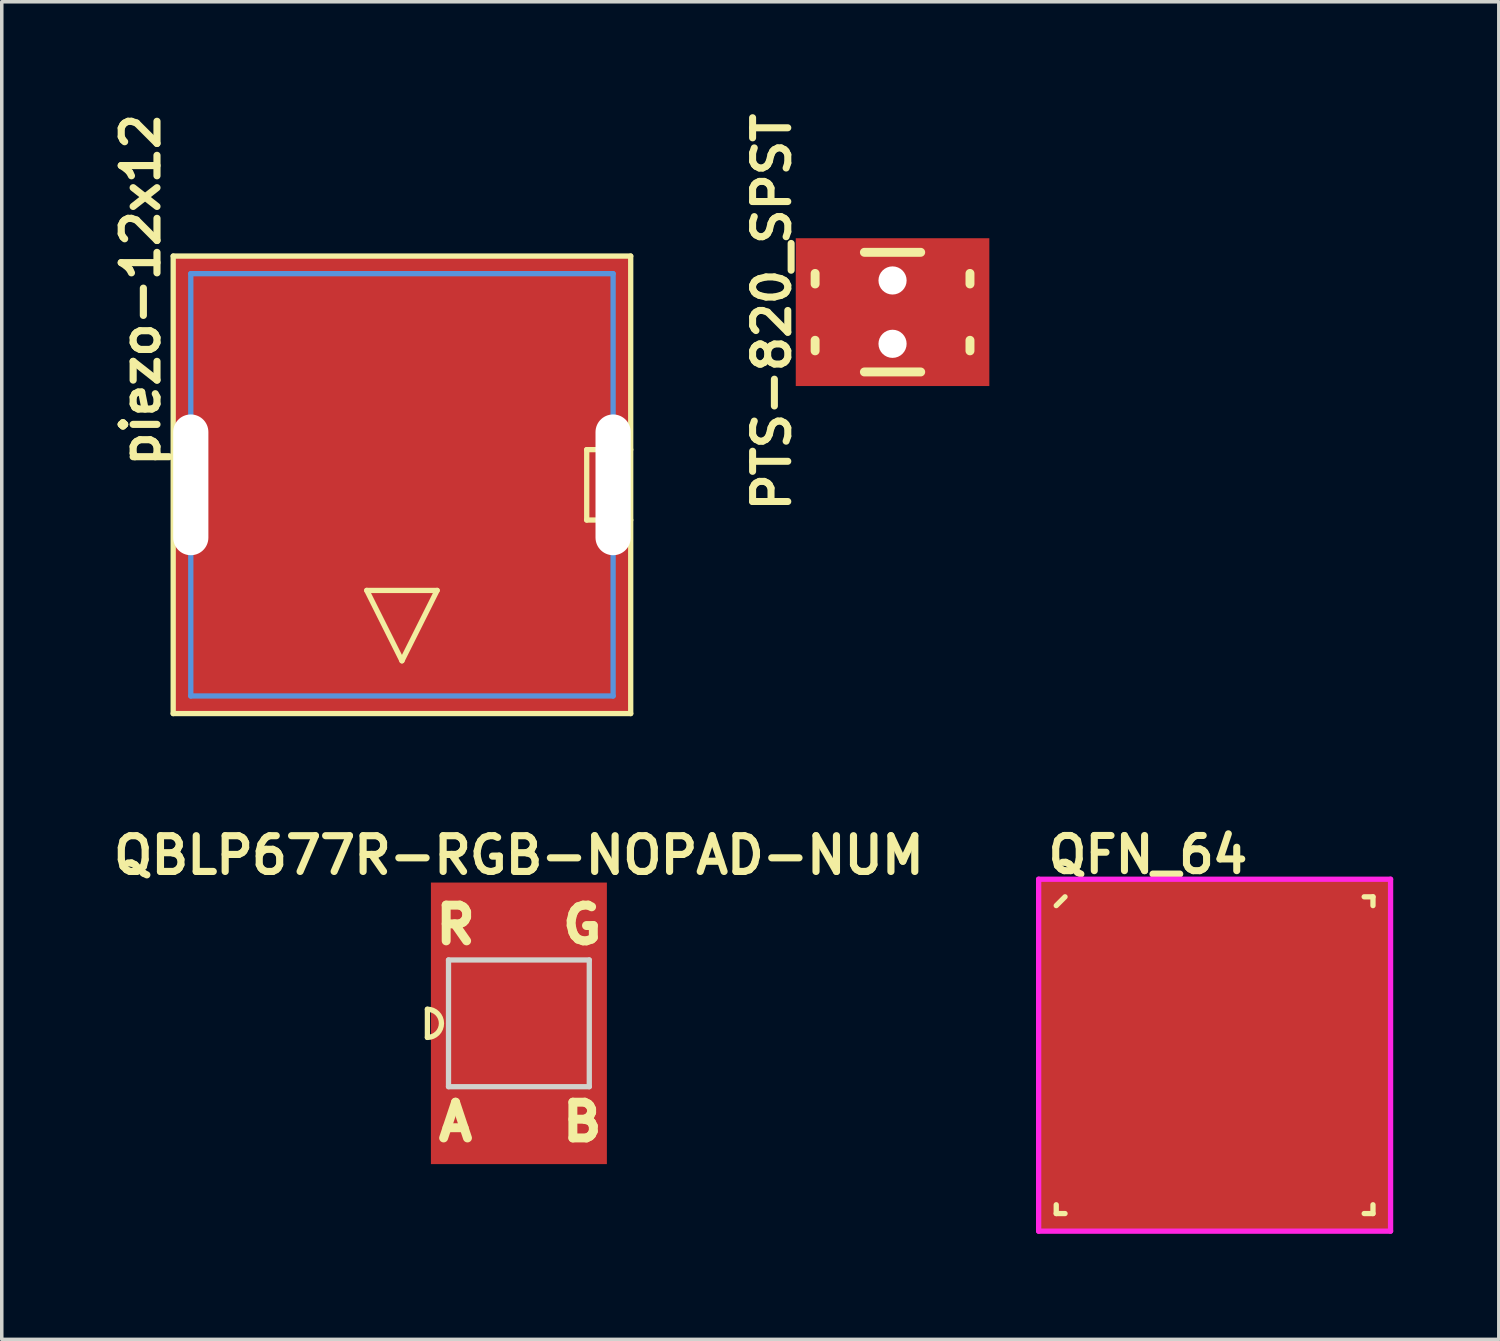
<source format=kicad_pcb>
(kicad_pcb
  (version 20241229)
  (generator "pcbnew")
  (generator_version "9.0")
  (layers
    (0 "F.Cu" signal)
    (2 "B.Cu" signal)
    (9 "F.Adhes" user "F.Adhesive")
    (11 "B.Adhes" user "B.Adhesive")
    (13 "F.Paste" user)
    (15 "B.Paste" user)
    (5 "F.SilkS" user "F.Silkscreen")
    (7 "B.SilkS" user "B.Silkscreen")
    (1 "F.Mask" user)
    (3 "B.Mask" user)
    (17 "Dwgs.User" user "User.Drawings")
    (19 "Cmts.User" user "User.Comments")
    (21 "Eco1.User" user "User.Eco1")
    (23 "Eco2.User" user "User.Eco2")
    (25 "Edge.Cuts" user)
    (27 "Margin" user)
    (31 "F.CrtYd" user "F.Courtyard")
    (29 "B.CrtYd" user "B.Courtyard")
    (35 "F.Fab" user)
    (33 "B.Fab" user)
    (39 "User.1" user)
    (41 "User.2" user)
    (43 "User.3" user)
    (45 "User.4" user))
  (footprint "QFN_64"
    (layer "F.Cu")
    (at 31.462 26.932)
    (property "Reference" "QFN_64" (at -1.895 -5.695 0) (layer "F.SilkS") (effects (font (size 1 1) (thickness 0.2))))
    (attr through_hole)
    (fp_line (start -4.5 -4.25) (end -4.25 -4.5) (stroke (width 0.15) (type solid)) (layer "F.SilkS"))
    (fp_line (start -4.5 4.5) (end -4.5 4.25) (stroke (width 0.15) (type solid)) (layer "F.SilkS"))
    (fp_line (start -4.25 4.5) (end -4.5 4.5) (stroke (width 0.15) (type solid)) (layer "F.SilkS"))
    (fp_line (start 4.25 -4.5) (end 4.5 -4.5) (stroke (width 0.15) (type solid)) (layer "F.SilkS"))
    (fp_line (start 4.25 4.5) (end 4.5 4.5) (stroke (width 0.15) (type solid)) (layer "F.SilkS"))
    (fp_line (start 4.5 -4.5) (end 4.5 -4.25) (stroke (width 0.15) (type solid)) (layer "F.SilkS"))
    (fp_line (start 4.5 4.5) (end 4.5 4.25) (stroke (width 0.15) (type solid)) (layer "F.SilkS"))
    (fp_line (start -5 -5) (end 5 -5) (stroke (width 0.15) (type solid)) (layer "F.CrtYd"))
    (fp_line (start -5 5) (end -5 -5) (stroke (width 0.15) (type solid)) (layer "F.CrtYd"))
    (fp_line (start 5 -5) (end 5 5) (stroke (width 0.15) (type solid)) (layer "F.CrtYd"))
    (fp_line (start 5 5) (end -5 5) (stroke (width 0.15) (type solid)) (layer "F.CrtYd"))
    (pad "" smd circle (at -3 -3) (size 1 1) (layers "F.Paste"))
    (pad "" smd circle (at -3 -1.8) (size 1 1) (layers "F.Paste"))
    (pad "" smd circle (at -3 -0.6) (size 1 1) (layers "F.Paste"))
    (pad "" smd circle (at -3 0.6) (size 1 1) (layers "F.Paste"))
    (pad "" smd circle (at -3 1.8) (size 1 1) (layers "F.Paste"))
    (pad "" smd circle (at -3 3) (size 1 1) (layers "F.Paste"))
    (pad "" smd circle (at -1.8 -3) (size 1 1) (layers "F.Paste"))
    (pad "" smd circle (at -1.8 -1.8) (size 1 1) (layers "F.Paste"))
    (pad "" smd circle (at -1.8 -0.6) (size 1 1) (layers "F.Paste"))
    (pad "" smd circle (at -1.8 0.6) (size 1 1) (layers "F.Paste"))
    (pad "" smd circle (at -1.8 1.8) (size 1 1) (layers "F.Paste"))
    (pad "" smd circle (at -1.8 3) (size 1 1) (layers "F.Paste"))
    (pad "" smd circle (at -0.6 -3) (size 1 1) (layers "F.Paste"))
    (pad "" smd circle (at -0.6 -1.8) (size 1 1) (layers "F.Paste"))
    (pad "" smd circle (at -0.6 -0.6) (size 1 1) (layers "F.Paste"))
    (pad "" smd circle (at -0.6 0.6) (size 1 1) (layers "F.Paste"))
    (pad "" smd circle (at -0.6 1.8) (size 1 1) (layers "F.Paste"))
    (pad "" smd circle (at -0.6 3) (size 1 1) (layers "F.Paste"))
    (pad "" smd circle (at 0.6 -3) (size 1 1) (layers "F.Paste"))
    (pad "" smd circle (at 0.6 -1.8) (size 1 1) (layers "F.Paste"))
    (pad "" smd circle (at 0.6 -0.6) (size 1 1) (layers "F.Paste"))
    (pad "" smd circle (at 0.6 0.6) (size 1 1) (layers "F.Paste"))
    (pad "" smd circle (at 0.6 1.8) (size 1 1) (layers "F.Paste"))
    (pad "" smd circle (at 0.6 3) (size 1 1) (layers "F.Paste"))
    (pad "" smd circle (at 1.8 -3) (size 1 1) (layers "F.Paste"))
    (pad "" smd circle (at 1.8 -1.8) (size 1 1) (layers "F.Paste"))
    (pad "" smd circle (at 1.8 -0.6) (size 1 1) (layers "F.Paste"))
    (pad "" smd circle (at 1.8 0.6) (size 1 1) (layers "F.Paste"))
    (pad "" smd circle (at 1.8 1.8) (size 1 1) (layers "F.Paste"))
    (pad "" smd circle (at 1.8 3) (size 1 1) (layers "F.Paste"))
    (pad "" smd circle (at 3 -3) (size 1 1) (layers "F.Paste"))
    (pad "" smd circle (at 3 -1.8) (size 1 1) (layers "F.Paste"))
    (pad "" smd circle (at 3 -0.6) (size 1 1) (layers "F.Paste"))
    (pad "" smd circle (at 3 0.6) (size 1 1) (layers "F.Paste"))
    (pad "" smd circle (at 3 1.8) (size 1 1) (layers "F.Paste"))
    (pad "" smd circle (at 3 3) (size 1 1) (layers "F.Paste"))
    (pad "1" smd oval (at -4.5 -3.75 90) (size 0.3 0.8) (layers "F.Cu" "F.Mask" "F.Paste"))
    (pad "2" smd oval (at -4.5 -3.25 90) (size 0.3 0.8) (layers "F.Cu" "F.Mask" "F.Paste"))
    (pad "3" smd oval (at -4.5 -2.75 90) (size 0.3 0.8) (layers "F.Cu" "F.Mask" "F.Paste"))
    (pad "4" smd oval (at -4.5 -2.25 90) (size 0.3 0.8) (layers "F.Cu" "F.Mask" "F.Paste"))
    (pad "5" smd oval (at -4.5 -1.75 90) (size 0.3 0.8) (layers "F.Cu" "F.Mask" "F.Paste"))
    (pad "6" smd oval (at -4.5 -1.25 90) (size 0.3 0.8) (layers "F.Cu" "F.Mask" "F.Paste"))
    (pad "7" smd oval (at -4.5 -0.75 90) (size 0.3 0.8) (layers "F.Cu" "F.Mask" "F.Paste"))
    (pad "8" smd oval (at -4.5 -0.25 90) (size 0.3 0.8) (layers "F.Cu" "F.Mask" "F.Paste"))
    (pad "9" smd oval (at -4.5 0.25 90) (size 0.3 0.8) (layers "F.Cu" "F.Mask" "F.Paste"))
    (pad "10" smd oval (at -4.5 0.75 90) (size 0.3 0.8) (layers "F.Cu" "F.Mask" "F.Paste"))
    (pad "11" smd oval (at -4.5 1.25 90) (size 0.3 0.8) (layers "F.Cu" "F.Mask" "F.Paste"))
    (pad "12" smd oval (at -4.5 1.75 90) (size 0.3 0.8) (layers "F.Cu" "F.Mask" "F.Paste"))
    (pad "13" smd oval (at -4.5 2.25 90) (size 0.3 0.8) (layers "F.Cu" "F.Mask" "F.Paste"))
    (pad "14" smd oval (at -4.5 2.75 90) (size 0.3 0.8) (layers "F.Cu" "F.Mask" "F.Paste"))
    (pad "15" smd oval (at -4.5 3.25 90) (size 0.3 0.8) (layers "F.Cu" "F.Mask" "F.Paste"))
    (pad "16" smd oval (at -4.5 3.75 90) (size 0.3 0.8) (layers "F.Cu" "F.Mask" "F.Paste"))
    (pad "17" smd oval (at -3.75 4.5) (size 0.3 0.8) (layers "F.Cu" "F.Mask" "F.Paste"))
    (pad "18" smd oval (at -3.25 4.5) (size 0.3 0.8) (layers "F.Cu" "F.Mask" "F.Paste"))
    (pad "19" smd oval (at -2.75 4.5) (size 0.3 0.8) (layers "F.Cu" "F.Mask" "F.Paste"))
    (pad "20" smd oval (at -2.25 4.5) (size 0.3 0.8) (layers "F.Cu" "F.Mask" "F.Paste"))
    (pad "21" smd oval (at -1.75 4.5) (size 0.3 0.8) (layers "F.Cu" "F.Mask" "F.Paste"))
    (pad "22" smd oval (at -1.25 4.5) (size 0.3 0.8) (layers "F.Cu" "F.Mask" "F.Paste"))
    (pad "23" smd oval (at -0.75 4.5) (size 0.3 0.8) (layers "F.Cu" "F.Mask" "F.Paste"))
    (pad "24" smd oval (at -0.25 4.5) (size 0.3 0.8) (layers "F.Cu" "F.Mask" "F.Paste"))
    (pad "25" smd oval (at 0.25 4.5) (size 0.3 0.8) (layers "F.Cu" "F.Mask" "F.Paste"))
    (pad "26" smd oval (at 0.75 4.5) (size 0.3 0.8) (layers "F.Cu" "F.Mask" "F.Paste"))
    (pad "27" smd oval (at 1.25 4.5) (size 0.3 0.8) (layers "F.Cu" "F.Mask" "F.Paste"))
    (pad "28" smd oval (at 1.75 4.5) (size 0.3 0.8) (layers "F.Cu" "F.Mask" "F.Paste"))
    (pad "29" smd oval (at 2.25 4.5) (size 0.3 0.8) (layers "F.Cu" "F.Mask" "F.Paste"))
    (pad "30" smd oval (at 2.75 4.5) (size 0.3 0.8) (layers "F.Cu" "F.Mask" "F.Paste"))
    (pad "31" smd oval (at 3.25 4.5) (size 0.3 0.8) (layers "F.Cu" "F.Mask" "F.Paste"))
    (pad "32" smd oval (at 3.75 4.5) (size 0.3 0.8) (layers "F.Cu" "F.Mask" "F.Paste"))
    (pad "33" smd oval (at 4.5 3.75 90) (size 0.3 0.8) (layers "F.Cu" "F.Mask" "F.Paste"))
    (pad "34" smd oval (at 4.5 3.25 90) (size 0.3 0.8) (layers "F.Cu" "F.Mask" "F.Paste"))
    (pad "35" smd oval (at 4.5 2.75 90) (size 0.3 0.8) (layers "F.Cu" "F.Mask" "F.Paste"))
    (pad "36" smd oval (at 4.5 2.25 90) (size 0.3 0.8) (layers "F.Cu" "F.Mask" "F.Paste"))
    (pad "37" smd oval (at 4.5 1.75 90) (size 0.3 0.8) (layers "F.Cu" "F.Mask" "F.Paste"))
    (pad "38" smd oval (at 4.5 1.25 90) (size 0.3 0.8) (layers "F.Cu" "F.Mask" "F.Paste"))
    (pad "39" smd oval (at 4.5 0.75 90) (size 0.3 0.8) (layers "F.Cu" "F.Mask" "F.Paste"))
    (pad "40" smd oval (at 4.5 0.25 90) (size 0.3 0.8) (layers "F.Cu" "F.Mask" "F.Paste"))
    (pad "41" smd oval (at 4.5 -0.25 90) (size 0.3 0.8) (layers "F.Cu" "F.Mask" "F.Paste"))
    (pad "42" smd oval (at 4.5 -0.75 90) (size 0.3 0.8) (layers "F.Cu" "F.Mask" "F.Paste"))
    (pad "43" smd oval (at 4.5 -1.25 90) (size 0.3 0.8) (layers "F.Cu" "F.Mask" "F.Paste"))
    (pad "44" smd oval (at 4.5 -1.75 90) (size 0.3 0.8) (layers "F.Cu" "F.Mask" "F.Paste"))
    (pad "45" smd oval (at 4.5 -2.25 90) (size 0.3 0.8) (layers "F.Cu" "F.Mask" "F.Paste"))
    (pad "46" smd oval (at 4.5 -2.75 90) (size 0.3 0.8) (layers "F.Cu" "F.Mask" "F.Paste"))
    (pad "47" smd oval (at 4.5 -3.25 90) (size 0.3 0.8) (layers "F.Cu" "F.Mask" "F.Paste"))
    (pad "48" smd oval (at 4.5 -3.75 90) (size 0.3 0.8) (layers "F.Cu" "F.Mask" "F.Paste"))
    (pad "49" smd oval (at 3.75 -4.5) (size 0.3 0.8) (layers "F.Cu" "F.Mask" "F.Paste"))
    (pad "50" smd oval (at 3.25 -4.5) (size 0.3 0.8) (layers "F.Cu" "F.Mask" "F.Paste"))
    (pad "51" smd oval (at 2.75 -4.5) (size 0.3 0.8) (layers "F.Cu" "F.Mask" "F.Paste"))
    (pad "52" smd oval (at 2.25 -4.5) (size 0.3 0.8) (layers "F.Cu" "F.Mask" "F.Paste"))
    (pad "53" smd oval (at 1.75 -4.5) (size 0.3 0.8) (layers "F.Cu" "F.Mask" "F.Paste"))
    (pad "54" smd oval (at 1.25 -4.5) (size 0.3 0.8) (layers "F.Cu" "F.Mask" "F.Paste"))
    (pad "55" smd oval (at 0.75 -4.5) (size 0.3 0.8) (layers "F.Cu" "F.Mask" "F.Paste"))
    (pad "56" smd oval (at 0.25 -4.5) (size 0.3 0.8) (layers "F.Cu" "F.Mask" "F.Paste"))
    (pad "57" smd oval (at -0.25 -4.5) (size 0.3 0.8) (layers "F.Cu" "F.Mask" "F.Paste"))
    (pad "58" smd oval (at -0.75 -4.5) (size 0.3 0.8) (layers "F.Cu" "F.Mask" "F.Paste"))
    (pad "59" smd oval (at -1.25 -4.5) (size 0.3 0.8) (layers "F.Cu" "F.Mask" "F.Paste"))
    (pad "60" smd oval (at -1.75 -4.5) (size 0.3 0.8) (layers "F.Cu" "F.Mask" "F.Paste"))
    (pad "61" smd oval (at -2.25 -4.5) (size 0.3 0.8) (layers "F.Cu" "F.Mask" "F.Paste"))
    (pad "62" smd oval (at -2.75 -4.5) (size 0.3 0.8) (layers "F.Cu" "F.Mask" "F.Paste"))
    (pad "63" smd oval (at -3.25 -4.5) (size 0.3 0.8) (layers "F.Cu" "F.Mask" "F.Paste"))
    (pad "64" smd oval (at -3.75 -4.5) (size 0.3 0.8) (layers "F.Cu" "F.Mask" "F.Paste"))
    (pad "65" smd rect (at 0 0) (size 10 10) (layers "F.Cu" "F.Paste")))
  (footprint "QBLP677R-RGB-NOPAD-NUM"
    (layer "F.Cu")
    (at 11.694 26.027)
    (property "Reference" "QBLP677R-RGB-NOPAD-NUM" (at 0 -4.775 0) (layer "F.SilkS") (effects (font (size 1.016 1.016) (thickness 0.203))))
    (attr through_hole)
    (fp_line (start -2.6 -0.4) (end -2.6 0.4) (stroke (width 0.15) (type solid)) (layer "F.SilkS"))
    (fp_arc (start -2.6 -0.4) (mid -2.2 0) (end -2.6 0.4) (stroke (width 0.15) (type solid)) (layer "F.SilkS"))
    (fp_line (start -2 1.8) (end -2 -1.8) (stroke (width 0.15) (type solid)) (layer "Edge.Cuts"))
    (fp_line (start 2 -1.8) (end -2 -1.8) (stroke (width 0.15) (type solid)) (layer "Edge.Cuts"))
    (fp_line (start 2 1.8) (end -2 1.8) (stroke (width 0.15) (type solid)) (layer "Edge.Cuts"))
    (fp_line (start 2 1.8) (end 2 -1.8) (stroke (width 0.15) (type solid)) (layer "Edge.Cuts"))
    (fp_text user "B" (at 1.8 2.8 0) (layer "F.SilkS") (effects (font (size 1.016 1.016) (thickness 0.254))))
    (fp_text user "R" (at -1.8 -2.8 0) (layer "F.SilkS") (effects (font (size 1.016 1.016) (thickness 0.254))))
    (fp_text user "A" (at -1.8 2.8 0) (layer "F.SilkS") (effects (font (size 1.016 1.016) (thickness 0.254))))
    (fp_text user "G" (at 1.8 -2.8 0) (layer "F.SilkS") (effects (font (size 1.016 1.016) (thickness 0.254))))
    (pad "1" smd rect (at -0.725 2.85 90) (size 1.2 0.75) (layers "F.Cu" "F.Mask" "F.Paste"))
    (pad "2" smd rect (at -0.725 -2.85 90) (size 1.2 0.75) (layers "F.Cu" "F.Mask" "F.Paste"))
    (pad "3" smd rect (at 0.725 -2.85 90) (size 1.2 0.75) (layers "F.Cu" "F.Mask" "F.Paste"))
    (pad "4" smd rect (at 0.725 2.85 90) (size 1.2 0.75) (layers "F.Cu" "F.Mask" "F.Paste"))
    (pad "5" smd rect (at 0 0) (size 5 8) (layers "F.Cu" "F.Mask" "F.Paste")))
  (footprint "piezo-12x12"
    (layer "F.Cu")
    (at 8.371 10.726)
    (property "Reference" "piezo-12x12" (at -7.42 -5.54 270) (layer "F.SilkS") (effects (font (size 1.016 1.016) (thickness 0.203))))
    (attr through_hole)
    (fp_line (start -6.5 -6.5) (end -6.5 6.5) (stroke (width 0.15) (type solid)) (layer "F.SilkS"))
    (fp_line (start -6.5 6.5) (end 6.5 6.5) (stroke (width 0.15) (type solid)) (layer "F.SilkS"))
    (fp_line (start -1 3) (end 1 3) (stroke (width 0.15) (type solid)) (layer "F.SilkS"))
    (fp_line (start 0 5) (end -1 3) (stroke (width 0.15) (type solid)) (layer "F.SilkS"))
    (fp_line (start 1 3) (end 0 5) (stroke (width 0.15) (type solid)) (layer "F.SilkS"))
    (fp_line (start 5.25 -1) (end 5.25 1) (stroke (width 0.15) (type solid)) (layer "F.SilkS"))
    (fp_line (start 5.25 -1) (end 6.5 -1) (stroke (width 0.15) (type solid)) (layer "F.SilkS"))
    (fp_line (start 5.25 1) (end 6.5 1) (stroke (width 0.15) (type solid)) (layer "F.SilkS"))
    (fp_line (start 6.5 -6.5) (end -6.5 -6.5) (stroke (width 0.15) (type solid)) (layer "F.SilkS"))
    (fp_line (start 6.5 6.5) (end 6.5 -6.5) (stroke (width 0.15) (type solid)) (layer "F.SilkS"))
    (fp_line (start -6 -6) (end 6 -6) (stroke (width 0.15) (type solid)) (layer "Cmts.User"))
    (fp_line (start -6 6) (end -6 -6) (stroke (width 0.15) (type solid)) (layer "Cmts.User"))
    (fp_line (start 6 -6) (end 6 6) (stroke (width 0.15) (type solid)) (layer "Cmts.User"))
    (fp_line (start 6 6) (end -6 6) (stroke (width 0.15) (type solid)) (layer "Cmts.User"))
    (pad "" np_thru_hole oval (at -6 0) (size 1 4) (drill oval 1 4) (layers "*.Cu" "*.Mask"))
    (pad "" np_thru_hole oval (at 6 0) (size 1 4) (drill oval 1 4) (layers "*.Cu" "*.Mask"))
    (pad "1" smd rect (at 0 5.6) (size 4 1.2) (layers "F.Cu" "F.Mask" "F.Paste"))
    (pad "2" smd rect (at 0 -5.6) (size 4 1.2) (layers "F.Cu" "F.Mask" "F.Paste"))
    (pad "3" smd rect (at 0 0) (size 13 13) (layers "F.Cu" "F.Mask" "F.Paste")))
  (footprint "PTS-820_SPST"
    (layer "F.Cu")
    (at 22.311 5.819)
    (property "Reference" "PTS-820_SPST" (at -3.429 0 270) (layer "F.SilkS") (effects (font (size 1 1) (thickness 0.2))))
    (attr through_hole)
    (fp_line (start -2.2 -1.1) (end -2.2 -0.8) (stroke (width 0.254) (type solid)) (layer "F.SilkS"))
    (fp_line (start -2.2 0.8) (end -2.2 1.1) (stroke (width 0.254) (type solid)) (layer "F.SilkS"))
    (fp_line (start -0.8 -1.7) (end 0.8 -1.7) (stroke (width 0.254) (type solid)) (layer "F.SilkS"))
    (fp_line (start -0.8 1.7) (end 0.8 1.7) (stroke (width 0.254) (type solid)) (layer "F.SilkS"))
    (fp_line (start 2.2 -1.1) (end 2.2 -0.8) (stroke (width 0.254) (type solid)) (layer "F.SilkS"))
    (fp_line (start 2.2 0.8) (end 2.2 1.1) (stroke (width 0.254) (type solid)) (layer "F.SilkS"))
    (pad "" np_thru_hole circle (at 0 -0.9) (size 0.8 0.8) (drill 0.8) (layers "*.Cu" "*.Mask"))
    (pad "" np_thru_hole circle (at 0 0.9) (size 0.8 0.8) (drill 0.8) (layers "*.Cu" "*.Mask"))
    (pad "1" smd rect (at -2.075 0) (size 0.95 1.4) (layers "F.Cu" "F.Mask" "F.Paste"))
    (pad "2" smd rect (at 2.075 0) (size 0.95 1.4) (layers "F.Cu" "F.Mask" "F.Paste"))
    (pad "3" smd rect (at -1.575 -1.525) (size 1.15 0.75) (layers "F.Cu" "F.Mask" "F.Paste"))
    (pad "3" smd rect (at -1.575 1.525) (size 1.15 0.75) (layers "F.Cu" "F.Mask" "F.Paste"))
    (pad "3" smd rect (at 1.575 -1.525) (size 1.15 0.75) (layers "F.Cu" "F.Mask" "F.Paste"))
    (pad "3" smd rect (at 1.575 1.525) (size 1.15 0.75) (layers "F.Cu" "F.Mask" "F.Paste"))
    (pad "4" smd rect (at 0 0) (size 5.5 4.2) (layers "F.Cu" "F.Mask" "F.Paste")))
  (gr_rect
    (start -3 -3)
    (end 39.537 35.007)
    (stroke (width 0.1) (type default))
    (fill no)
    (layer "Edge.Cuts")))
</source>
